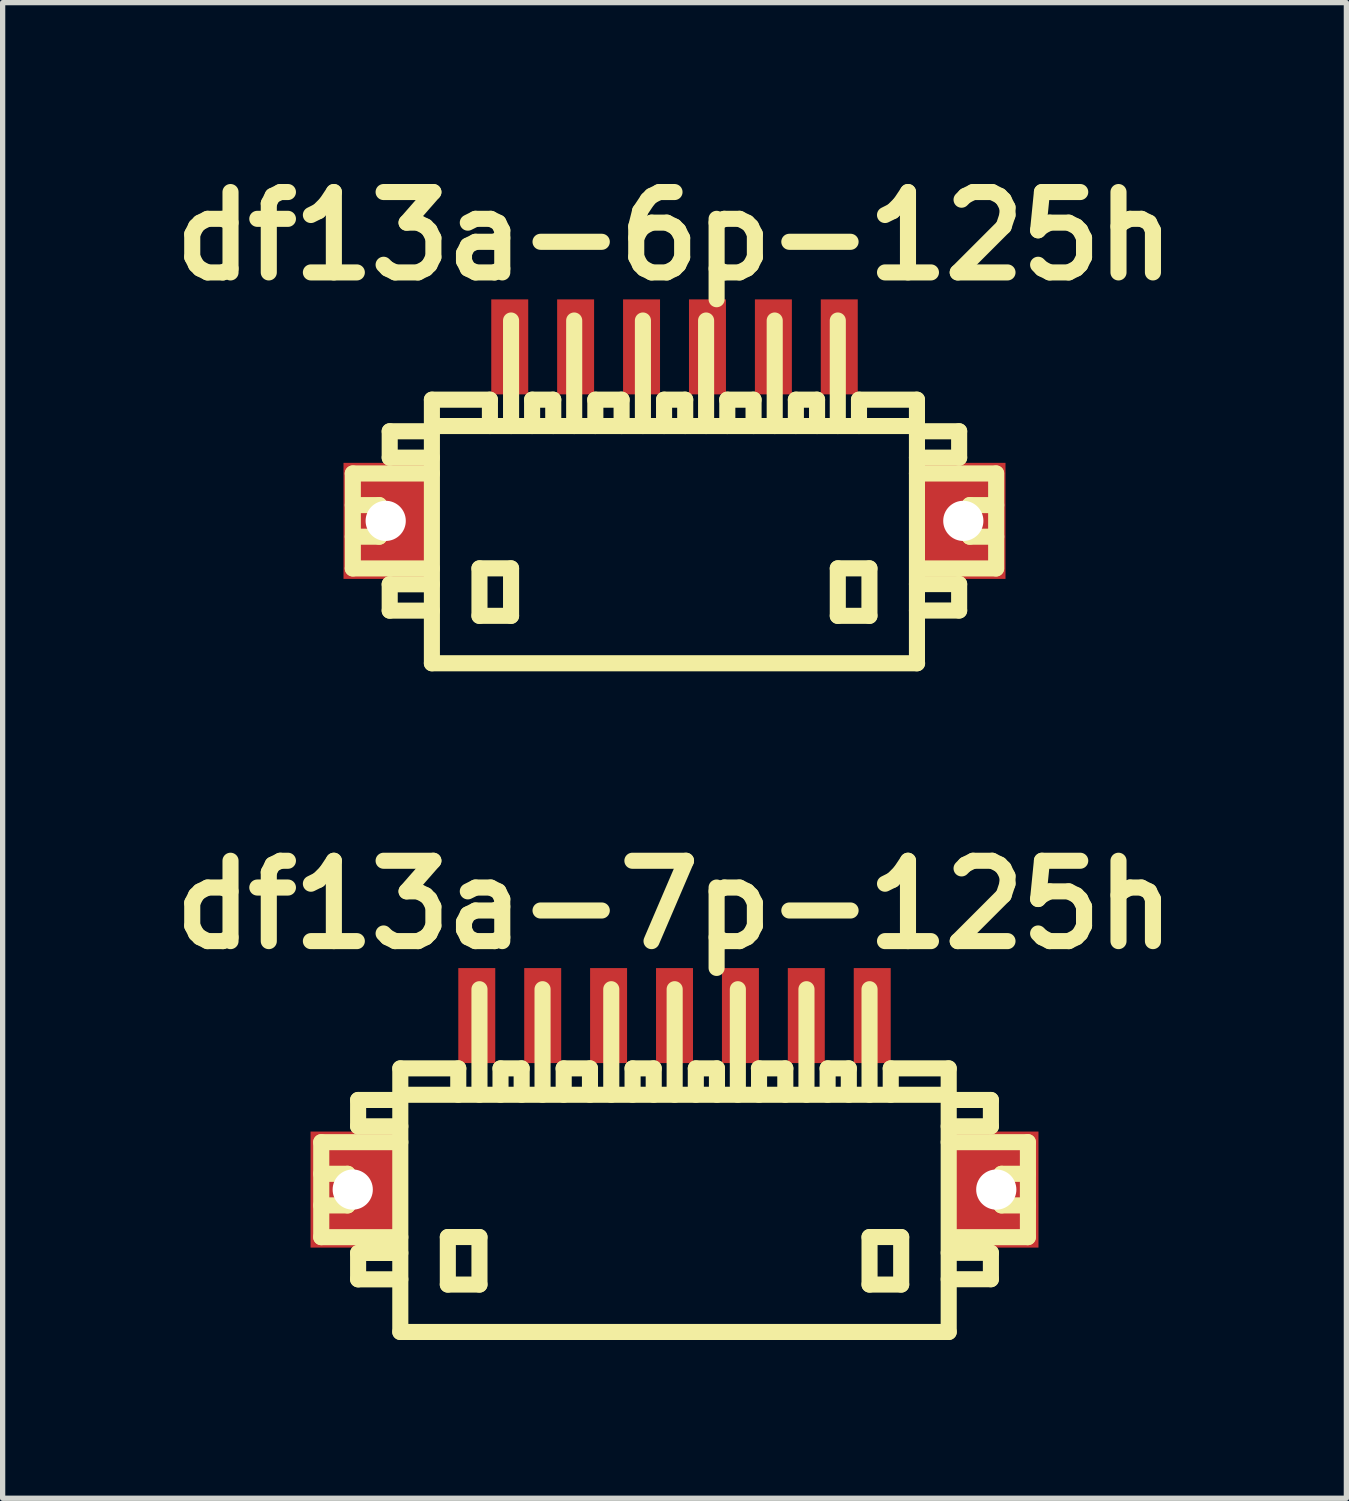
<source format=kicad_pcb>
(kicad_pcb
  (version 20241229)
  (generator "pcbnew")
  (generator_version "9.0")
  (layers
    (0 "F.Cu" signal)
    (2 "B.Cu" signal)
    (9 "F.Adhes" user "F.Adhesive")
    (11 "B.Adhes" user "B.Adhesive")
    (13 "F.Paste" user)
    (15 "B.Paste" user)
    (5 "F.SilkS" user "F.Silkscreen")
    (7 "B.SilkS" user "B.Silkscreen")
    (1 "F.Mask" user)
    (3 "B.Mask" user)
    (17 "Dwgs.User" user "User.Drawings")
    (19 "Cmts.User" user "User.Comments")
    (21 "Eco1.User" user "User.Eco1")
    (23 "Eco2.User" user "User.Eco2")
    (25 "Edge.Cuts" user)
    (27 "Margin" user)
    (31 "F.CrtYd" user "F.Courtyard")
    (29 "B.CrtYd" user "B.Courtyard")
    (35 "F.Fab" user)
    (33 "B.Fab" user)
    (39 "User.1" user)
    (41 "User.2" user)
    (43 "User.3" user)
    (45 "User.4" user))
  (footprint "df13a-6p-125h"
    (layer "F.Cu")
    (at 9.739 7.027)
    (property "Reference" "df13a-6p-125h" (at 0 -5.601 0) (layer "F.SilkS") (effects (font (size 1.524 1.524) (thickness 0.305))))
    (attr through_hole)
    (fp_line (start -6.099 -1.1) (end -6.099 0.701) (stroke (width 0.305) (type solid)) (layer "F.SilkS"))
    (fp_line (start -6.099 0.701) (end -4.6 0.701) (stroke (width 0.305) (type solid)) (layer "F.SilkS"))
    (fp_line (start -5.598 -0.5) (end -6.099 -0.5) (stroke (width 0.305) (type solid)) (layer "F.SilkS"))
    (fp_line (start -5.598 0.099) (end -6.099 0.099) (stroke (width 0.305) (type solid)) (layer "F.SilkS"))
    (fp_line (start -5.598 0.099) (end -5.598 -0.5) (stroke (width 0.305) (type solid)) (layer "F.SilkS"))
    (fp_line (start -5.4 -1.9) (end -5.4 -1.4) (stroke (width 0.305) (type solid)) (layer "F.SilkS"))
    (fp_line (start -5.4 -1.9) (end -4.6 -1.9) (stroke (width 0.305) (type solid)) (layer "F.SilkS"))
    (fp_line (start -5.4 1.001) (end -5.4 1.501) (stroke (width 0.305) (type solid)) (layer "F.SilkS"))
    (fp_line (start -5.4 1.501) (end -4.6 1.501) (stroke (width 0.305) (type solid)) (layer "F.SilkS"))
    (fp_line (start -4.6 -1.4) (end -5.4 -1.4) (stroke (width 0.305) (type solid)) (layer "F.SilkS"))
    (fp_line (start -4.6 -1.1) (end -6.099 -1.1) (stroke (width 0.305) (type solid)) (layer "F.SilkS"))
    (fp_line (start -4.6 1.001) (end -5.4 1.001) (stroke (width 0.305) (type solid)) (layer "F.SilkS"))
    (fp_line (start -4.6 2.499) (end -4.6 -2.499) (stroke (width 0.305) (type solid)) (layer "F.SilkS"))
    (fp_line (start -4.6 2.499) (end 4.6 2.499) (stroke (width 0.305) (type solid)) (layer "F.SilkS"))
    (fp_line (start -3.698 0.699) (end -3.698 1.6) (stroke (width 0.305) (type solid)) (layer "F.SilkS"))
    (fp_line (start -3.698 1.6) (end -3.099 1.6) (stroke (width 0.305) (type solid)) (layer "F.SilkS"))
    (fp_line (start -3.5 -2.499) (end -4.6 -2.499) (stroke (width 0.305) (type solid)) (layer "F.SilkS"))
    (fp_line (start -3.5 -2.499) (end -3.5 -1.999) (stroke (width 0.305) (type solid)) (layer "F.SilkS"))
    (fp_line (start -3.099 -4) (end -3.099 -1.999) (stroke (width 0.305) (type solid)) (layer "F.SilkS"))
    (fp_line (start -3.099 0.699) (end -3.698 0.699) (stroke (width 0.305) (type solid)) (layer "F.SilkS"))
    (fp_line (start -3.099 1.6) (end -3.099 0.699) (stroke (width 0.305) (type solid)) (layer "F.SilkS"))
    (fp_line (start -2.7 -2.499) (end -2.7 -1.999) (stroke (width 0.305) (type solid)) (layer "F.SilkS"))
    (fp_line (start -2.299 -2.499) (end -2.7 -2.499) (stroke (width 0.305) (type solid)) (layer "F.SilkS"))
    (fp_line (start -2.299 -2.499) (end -2.299 -1.999) (stroke (width 0.305) (type solid)) (layer "F.SilkS"))
    (fp_line (start -1.902 -1.999) (end -1.902 -4) (stroke (width 0.305) (type solid)) (layer "F.SilkS"))
    (fp_line (start -1.504 -2.499) (end -1.003 -2.499) (stroke (width 0.305) (type solid)) (layer "F.SilkS"))
    (fp_line (start -1.501 -1.999) (end -1.501 -2.499) (stroke (width 0.305) (type solid)) (layer "F.SilkS"))
    (fp_line (start -1.003 -2.499) (end -1.003 -1.999) (stroke (width 0.305) (type solid)) (layer "F.SilkS"))
    (fp_line (start -0.599 -1.999) (end -0.599 -4) (stroke (width 0.305) (type solid)) (layer "F.SilkS"))
    (fp_line (start -0.198 -2.499) (end -0.198 -1.999) (stroke (width 0.305) (type solid)) (layer "F.SilkS"))
    (fp_line (start 0.203 -2.499) (end -0.198 -2.499) (stroke (width 0.305) (type solid)) (layer "F.SilkS"))
    (fp_line (start 0.203 -2.499) (end 0.203 -1.999) (stroke (width 0.305) (type solid)) (layer "F.SilkS"))
    (fp_line (start 0.599 -1.999) (end 0.599 -4) (stroke (width 0.305) (type solid)) (layer "F.SilkS"))
    (fp_line (start 0.998 -2.499) (end 1.499 -2.499) (stroke (width 0.305) (type solid)) (layer "F.SilkS"))
    (fp_line (start 1.001 -1.999) (end 1.001 -2.499) (stroke (width 0.305) (type solid)) (layer "F.SilkS"))
    (fp_line (start 1.499 -2.499) (end 1.499 -1.999) (stroke (width 0.305) (type solid)) (layer "F.SilkS"))
    (fp_line (start 1.9 -1.999) (end 1.9 -4) (stroke (width 0.305) (type solid)) (layer "F.SilkS"))
    (fp_line (start 2.301 -2.499) (end 2.301 -1.999) (stroke (width 0.305) (type solid)) (layer "F.SilkS"))
    (fp_line (start 2.703 -2.499) (end 2.301 -2.499) (stroke (width 0.305) (type solid)) (layer "F.SilkS"))
    (fp_line (start 2.703 -2.499) (end 2.703 -1.999) (stroke (width 0.305) (type solid)) (layer "F.SilkS"))
    (fp_line (start 3.096 -1.999) (end 3.096 -4) (stroke (width 0.305) (type solid)) (layer "F.SilkS"))
    (fp_line (start 3.096 0.699) (end 3.696 0.699) (stroke (width 0.305) (type solid)) (layer "F.SilkS"))
    (fp_line (start 3.096 1.6) (end 3.096 0.699) (stroke (width 0.305) (type solid)) (layer "F.SilkS"))
    (fp_line (start 3.498 -2.499) (end 3.498 -1.999) (stroke (width 0.305) (type solid)) (layer "F.SilkS"))
    (fp_line (start 3.696 0.699) (end 3.696 1.6) (stroke (width 0.305) (type solid)) (layer "F.SilkS"))
    (fp_line (start 3.696 1.6) (end 3.096 1.6) (stroke (width 0.305) (type solid)) (layer "F.SilkS"))
    (fp_line (start 4.597 -2.499) (end 3.498 -2.499) (stroke (width 0.305) (type solid)) (layer "F.SilkS"))
    (fp_line (start 4.597 -2.499) (end 4.597 2.499) (stroke (width 0.305) (type solid)) (layer "F.SilkS"))
    (fp_line (start 4.597 -1.9) (end 5.397 -1.9) (stroke (width 0.305) (type solid)) (layer "F.SilkS"))
    (fp_line (start 4.597 0.998) (end 5.397 0.998) (stroke (width 0.305) (type solid)) (layer "F.SilkS"))
    (fp_line (start 4.6 -1.999) (end -4.6 -1.999) (stroke (width 0.305) (type solid)) (layer "F.SilkS"))
    (fp_line (start 5.397 -1.9) (end 5.397 -1.4) (stroke (width 0.305) (type solid)) (layer "F.SilkS"))
    (fp_line (start 5.397 -1.4) (end 4.597 -1.4) (stroke (width 0.305) (type solid)) (layer "F.SilkS"))
    (fp_line (start 5.397 0.998) (end 5.397 1.499) (stroke (width 0.305) (type solid)) (layer "F.SilkS"))
    (fp_line (start 5.397 1.499) (end 4.597 1.499) (stroke (width 0.305) (type solid)) (layer "F.SilkS"))
    (fp_line (start 5.598 0.099) (end 5.598 -0.5) (stroke (width 0.305) (type solid)) (layer "F.SilkS"))
    (fp_line (start 6.096 -1.1) (end 4.597 -1.1) (stroke (width 0.305) (type solid)) (layer "F.SilkS"))
    (fp_line (start 6.096 0.701) (end 4.696 0.701) (stroke (width 0.305) (type solid)) (layer "F.SilkS"))
    (fp_line (start 6.099 -1.1) (end 6.099 0.701) (stroke (width 0.305) (type solid)) (layer "F.SilkS"))
    (fp_line (start 6.099 -0.5) (end 5.598 -0.5) (stroke (width 0.305) (type solid)) (layer "F.SilkS"))
    (fp_line (start 6.099 0.099) (end 5.598 0.099) (stroke (width 0.305) (type solid)) (layer "F.SilkS"))
    (pad "" np_thru_hole rect (at -5.476 -0.201) (size 1.6 2.2) (drill 0.762) (layers "F.Cu" "F.Mask" "F.Paste"))
    (pad "" np_thru_hole rect (at 5.476 -0.201) (size 1.6 2.2) (drill 0.762) (layers "F.Cu" "F.Mask" "F.Paste"))
    (pad "1" smd rect (at 3.124 -3.5) (size 0.701 1.801) (layers "F.Cu" "F.Mask" "F.Paste"))
    (pad "2" smd rect (at 1.875 -3.5) (size 0.701 1.801) (layers "F.Cu" "F.Mask" "F.Paste"))
    (pad "3" smd rect (at 0.625 -3.5) (size 0.701 1.801) (layers "F.Cu" "F.Mask" "F.Paste"))
    (pad "4" smd rect (at -0.625 -3.5) (size 0.701 1.801) (layers "F.Cu" "F.Mask" "F.Paste"))
    (pad "5" smd rect (at -1.875 -3.5) (size 0.701 1.801) (layers "F.Cu" "F.Mask" "F.Paste"))
    (pad "6" smd rect (at -3.124 -3.5) (size 0.701 1.801) (layers "F.Cu" "F.Mask" "F.Paste")))
  (footprint "df13a-7p-125h"
    (layer "F.Cu")
    (at 9.739 19.706)
    (property "Reference" "df13a-7p-125h" (at 0 -5.601 0) (layer "F.SilkS") (effects (font (size 1.524 1.524) (thickness 0.305))))
    (attr through_hole)
    (fp_line (start -6.698 -1.1) (end -6.698 0.701) (stroke (width 0.305) (type solid)) (layer "F.SilkS"))
    (fp_line (start -6.698 0.701) (end -5.199 0.701) (stroke (width 0.305) (type solid)) (layer "F.SilkS"))
    (fp_line (start -6.198 -0.5) (end -6.698 -0.5) (stroke (width 0.305) (type solid)) (layer "F.SilkS"))
    (fp_line (start -6.198 0.099) (end -6.698 0.099) (stroke (width 0.305) (type solid)) (layer "F.SilkS"))
    (fp_line (start -6.198 0.099) (end -6.198 -0.5) (stroke (width 0.305) (type solid)) (layer "F.SilkS"))
    (fp_line (start -5.999 -1.9) (end -5.999 -1.4) (stroke (width 0.305) (type solid)) (layer "F.SilkS"))
    (fp_line (start -5.999 -1.9) (end -5.199 -1.9) (stroke (width 0.305) (type solid)) (layer "F.SilkS"))
    (fp_line (start -5.999 1.001) (end -5.999 1.501) (stroke (width 0.305) (type solid)) (layer "F.SilkS"))
    (fp_line (start -5.999 1.501) (end -5.199 1.501) (stroke (width 0.305) (type solid)) (layer "F.SilkS"))
    (fp_line (start -5.199 -1.999) (end 5.199 -1.999) (stroke (width 0.305) (type solid)) (layer "F.SilkS"))
    (fp_line (start -5.199 -1.4) (end -5.999 -1.4) (stroke (width 0.305) (type solid)) (layer "F.SilkS"))
    (fp_line (start -5.199 -1.1) (end -6.698 -1.1) (stroke (width 0.305) (type solid)) (layer "F.SilkS"))
    (fp_line (start -5.199 1.001) (end -5.999 1.001) (stroke (width 0.305) (type solid)) (layer "F.SilkS"))
    (fp_line (start -5.199 2.499) (end -5.199 -2.499) (stroke (width 0.305) (type solid)) (layer "F.SilkS"))
    (fp_line (start -5.199 2.499) (end 5.199 2.499) (stroke (width 0.305) (type solid)) (layer "F.SilkS"))
    (fp_line (start -4.298 0.699) (end -4.298 1.6) (stroke (width 0.305) (type solid)) (layer "F.SilkS"))
    (fp_line (start -4.298 1.6) (end -3.698 1.6) (stroke (width 0.305) (type solid)) (layer "F.SilkS"))
    (fp_line (start -4.1 -2.499) (end -5.199 -2.499) (stroke (width 0.305) (type solid)) (layer "F.SilkS"))
    (fp_line (start -4.1 -2.499) (end -4.1 -1.999) (stroke (width 0.305) (type solid)) (layer "F.SilkS"))
    (fp_line (start -3.698 -4) (end -3.698 -1.999) (stroke (width 0.305) (type solid)) (layer "F.SilkS"))
    (fp_line (start -3.698 0.699) (end -4.298 0.699) (stroke (width 0.305) (type solid)) (layer "F.SilkS"))
    (fp_line (start -3.698 1.6) (end -3.698 0.699) (stroke (width 0.305) (type solid)) (layer "F.SilkS"))
    (fp_line (start -3.299 -2.499) (end -3.299 -1.999) (stroke (width 0.305) (type solid)) (layer "F.SilkS"))
    (fp_line (start -2.898 -2.499) (end -3.299 -2.499) (stroke (width 0.305) (type solid)) (layer "F.SilkS"))
    (fp_line (start -2.898 -2.499) (end -2.898 -1.999) (stroke (width 0.305) (type solid)) (layer "F.SilkS"))
    (fp_line (start -2.502 -1.999) (end -2.502 -4) (stroke (width 0.305) (type solid)) (layer "F.SilkS"))
    (fp_line (start -2.103 -2.499) (end -1.603 -2.499) (stroke (width 0.305) (type solid)) (layer "F.SilkS"))
    (fp_line (start -2.101 -1.999) (end -2.101 -2.499) (stroke (width 0.305) (type solid)) (layer "F.SilkS"))
    (fp_line (start -1.603 -2.499) (end -1.603 -1.999) (stroke (width 0.305) (type solid)) (layer "F.SilkS"))
    (fp_line (start -1.199 -1.999) (end -1.199 -4) (stroke (width 0.305) (type solid)) (layer "F.SilkS"))
    (fp_line (start -0.795 -2.499) (end -0.795 -1.999) (stroke (width 0.305) (type solid)) (layer "F.SilkS"))
    (fp_line (start -0.394 -2.499) (end -0.795 -2.499) (stroke (width 0.305) (type solid)) (layer "F.SilkS"))
    (fp_line (start -0.394 -2.499) (end -0.394 -1.999) (stroke (width 0.305) (type solid)) (layer "F.SilkS"))
    (fp_line (start 0.003 -1.999) (end 0.003 -4) (stroke (width 0.305) (type solid)) (layer "F.SilkS"))
    (fp_line (start 0.404 -2.499) (end 0.404 -1.999) (stroke (width 0.305) (type solid)) (layer "F.SilkS"))
    (fp_line (start 0.805 -2.499) (end 0.404 -2.499) (stroke (width 0.305) (type solid)) (layer "F.SilkS"))
    (fp_line (start 0.805 -2.499) (end 0.805 -1.999) (stroke (width 0.305) (type solid)) (layer "F.SilkS"))
    (fp_line (start 1.201 -1.999) (end 1.201 -4) (stroke (width 0.305) (type solid)) (layer "F.SilkS"))
    (fp_line (start 1.6 -2.499) (end 2.101 -2.499) (stroke (width 0.305) (type solid)) (layer "F.SilkS"))
    (fp_line (start 1.603 -1.999) (end 1.603 -2.499) (stroke (width 0.305) (type solid)) (layer "F.SilkS"))
    (fp_line (start 2.101 -2.499) (end 2.101 -1.999) (stroke (width 0.305) (type solid)) (layer "F.SilkS"))
    (fp_line (start 2.502 -1.999) (end 2.502 -4) (stroke (width 0.305) (type solid)) (layer "F.SilkS"))
    (fp_line (start 2.903 -2.499) (end 2.903 -1.999) (stroke (width 0.305) (type solid)) (layer "F.SilkS"))
    (fp_line (start 3.305 -2.499) (end 2.903 -2.499) (stroke (width 0.305) (type solid)) (layer "F.SilkS"))
    (fp_line (start 3.305 -2.499) (end 3.305 -1.999) (stroke (width 0.305) (type solid)) (layer "F.SilkS"))
    (fp_line (start 3.698 -1.999) (end 3.698 -4) (stroke (width 0.305) (type solid)) (layer "F.SilkS"))
    (fp_line (start 3.698 0.699) (end 4.298 0.699) (stroke (width 0.305) (type solid)) (layer "F.SilkS"))
    (fp_line (start 3.698 1.6) (end 3.698 0.699) (stroke (width 0.305) (type solid)) (layer "F.SilkS"))
    (fp_line (start 4.1 -2.499) (end 4.1 -1.999) (stroke (width 0.305) (type solid)) (layer "F.SilkS"))
    (fp_line (start 4.298 0.699) (end 4.298 1.6) (stroke (width 0.305) (type solid)) (layer "F.SilkS"))
    (fp_line (start 4.298 1.6) (end 3.698 1.6) (stroke (width 0.305) (type solid)) (layer "F.SilkS"))
    (fp_line (start 5.199 -2.499) (end 4.1 -2.499) (stroke (width 0.305) (type solid)) (layer "F.SilkS"))
    (fp_line (start 5.199 -2.499) (end 5.199 2.499) (stroke (width 0.305) (type solid)) (layer "F.SilkS"))
    (fp_line (start 5.199 -1.9) (end 5.999 -1.9) (stroke (width 0.305) (type solid)) (layer "F.SilkS"))
    (fp_line (start 5.199 0.998) (end 5.999 0.998) (stroke (width 0.305) (type solid)) (layer "F.SilkS"))
    (fp_line (start 5.999 -1.9) (end 5.999 -1.4) (stroke (width 0.305) (type solid)) (layer "F.SilkS"))
    (fp_line (start 5.999 -1.4) (end 5.199 -1.4) (stroke (width 0.305) (type solid)) (layer "F.SilkS"))
    (fp_line (start 5.999 0.998) (end 5.999 1.499) (stroke (width 0.305) (type solid)) (layer "F.SilkS"))
    (fp_line (start 5.999 1.499) (end 5.199 1.499) (stroke (width 0.305) (type solid)) (layer "F.SilkS"))
    (fp_line (start 6.2 0.099) (end 6.2 -0.5) (stroke (width 0.305) (type solid)) (layer "F.SilkS"))
    (fp_line (start 6.698 -1.1) (end 5.199 -1.1) (stroke (width 0.305) (type solid)) (layer "F.SilkS"))
    (fp_line (start 6.698 0.701) (end 5.298 0.701) (stroke (width 0.305) (type solid)) (layer "F.SilkS"))
    (fp_line (start 6.701 -1.1) (end 6.701 0.701) (stroke (width 0.305) (type solid)) (layer "F.SilkS"))
    (fp_line (start 6.701 -0.5) (end 6.2 -0.5) (stroke (width 0.305) (type solid)) (layer "F.SilkS"))
    (fp_line (start 6.701 0.099) (end 6.2 0.099) (stroke (width 0.305) (type solid)) (layer "F.SilkS"))
    (pad "" np_thru_hole rect (at -6.101 -0.201) (size 1.6 2.2) (drill 0.762) (layers "F.Cu" "F.Mask" "F.Paste"))
    (pad "" np_thru_hole rect (at 6.101 -0.201) (size 1.6 2.2) (drill 0.762) (layers "F.Cu" "F.Mask" "F.Paste"))
    (pad "1" smd rect (at 3.749 -3.5) (size 0.701 1.801) (layers "F.Cu" "F.Mask" "F.Paste"))
    (pad "2" smd rect (at 2.499 -3.5) (size 0.701 1.801) (layers "F.Cu" "F.Mask" "F.Paste"))
    (pad "3" smd rect (at 1.25 -3.5) (size 0.701 1.801) (layers "F.Cu" "F.Mask" "F.Paste"))
    (pad "4" smd rect (at 0 -3.5) (size 0.701 1.801) (layers "F.Cu" "F.Mask" "F.Paste"))
    (pad "5" smd rect (at -1.25 -3.5) (size 0.701 1.801) (layers "F.Cu" "F.Mask" "F.Paste"))
    (pad "6" smd rect (at -2.499 -3.5) (size 0.701 1.801) (layers "F.Cu" "F.Mask" "F.Paste"))
    (pad "7" smd rect (at -3.749 -3.5) (size 0.701 1.801) (layers "F.Cu" "F.Mask" "F.Paste")))
  (gr_rect
    (start -3 -3)
    (end 22.478 25.358)
    (stroke (width 0.1) (type default))
    (fill no)
    (layer "Edge.Cuts")))
</source>
